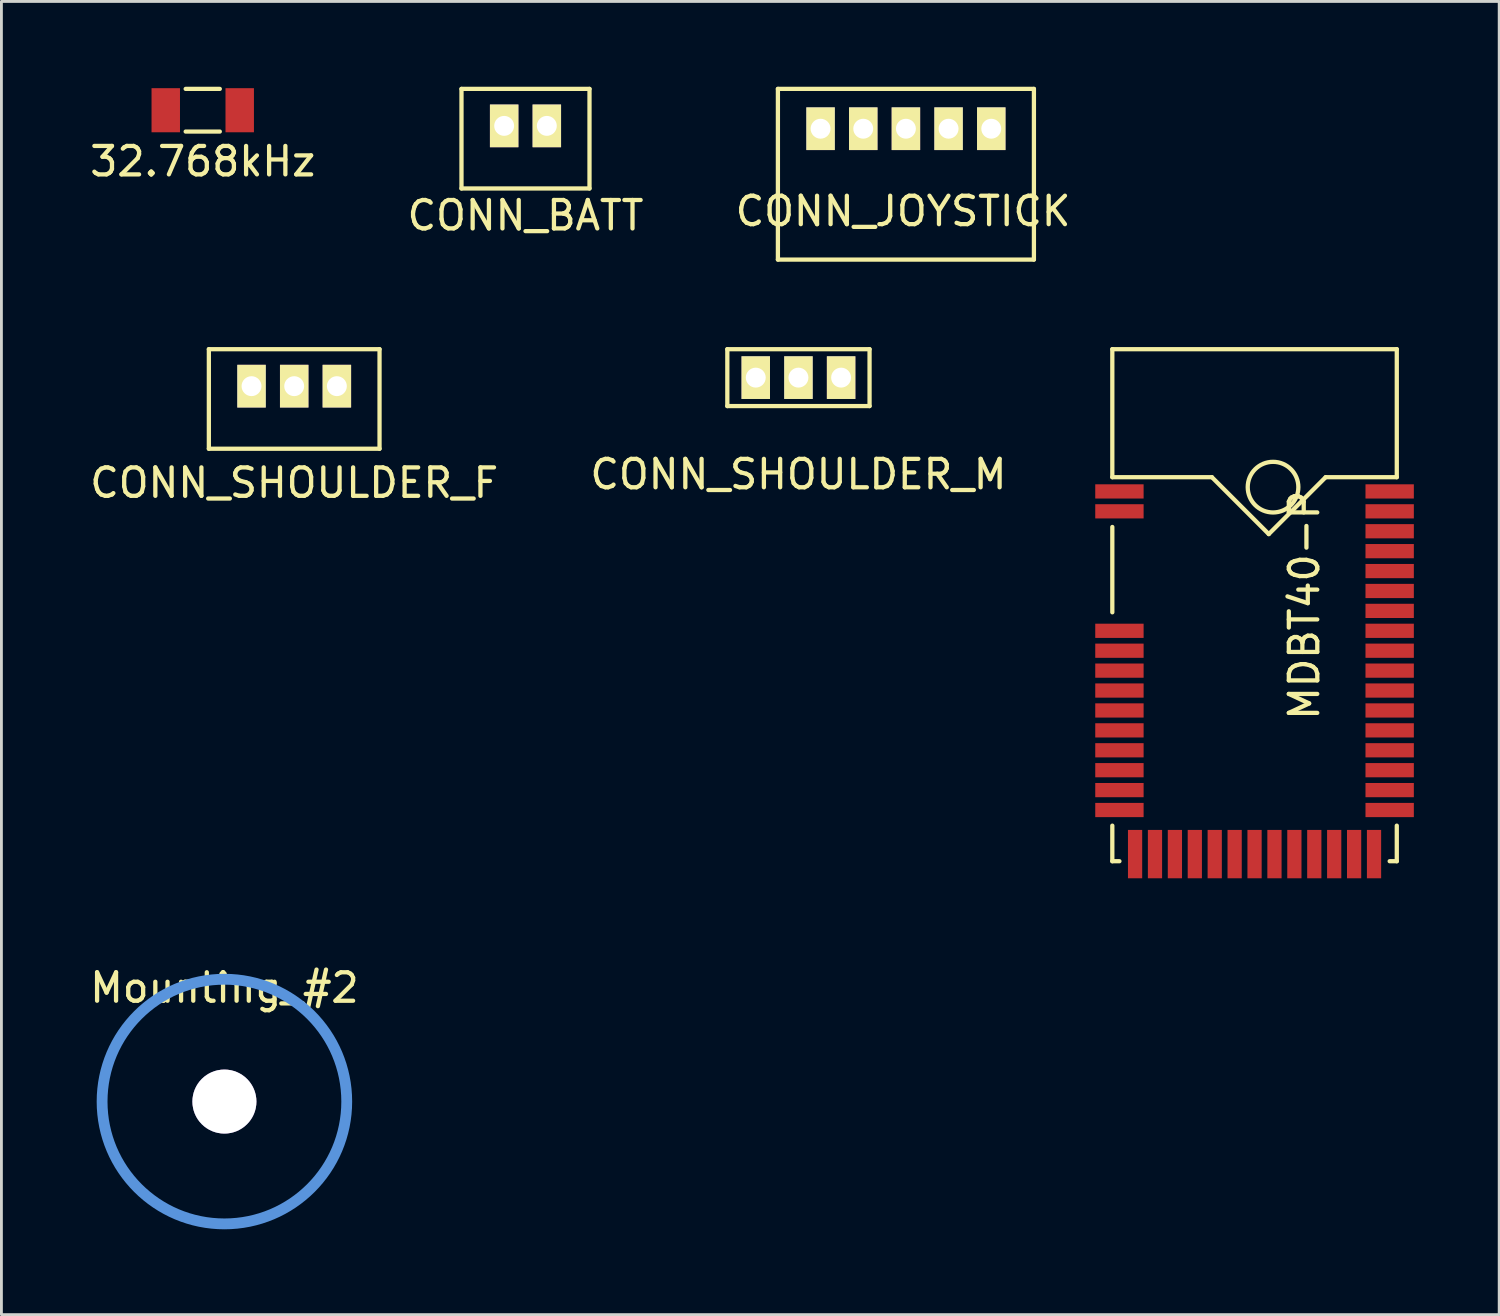
<source format=kicad_pcb>
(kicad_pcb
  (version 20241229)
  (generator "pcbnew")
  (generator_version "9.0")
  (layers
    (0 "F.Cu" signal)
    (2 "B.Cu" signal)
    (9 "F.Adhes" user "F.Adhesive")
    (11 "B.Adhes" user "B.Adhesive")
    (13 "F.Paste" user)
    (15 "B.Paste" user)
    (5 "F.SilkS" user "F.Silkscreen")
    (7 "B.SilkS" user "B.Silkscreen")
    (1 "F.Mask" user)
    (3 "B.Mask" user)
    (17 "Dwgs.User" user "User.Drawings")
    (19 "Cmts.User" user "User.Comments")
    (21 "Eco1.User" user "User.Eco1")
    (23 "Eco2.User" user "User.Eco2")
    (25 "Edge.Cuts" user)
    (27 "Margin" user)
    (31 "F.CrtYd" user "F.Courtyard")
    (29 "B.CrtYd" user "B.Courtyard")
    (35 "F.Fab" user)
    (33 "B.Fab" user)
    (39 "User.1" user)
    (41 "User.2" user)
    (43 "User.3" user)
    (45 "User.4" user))
  (footprint "CONN_BATT"
    (layer "F.Cu")
    (at 15.423 1.375)
    (property "Reference" "CONN_BATT" (at 0 3.15 0) (layer "F.SilkS") (effects (font (size 1 1) (thickness 0.15))))
    (attr through_hole)
    (fp_line (start -2.25 -1.3) (end -2.25 2.2) (stroke (width 0.15) (type solid)) (layer "F.SilkS"))
    (fp_line (start -2.25 2.2) (end 2.25 2.2) (stroke (width 0.15) (type solid)) (layer "F.SilkS"))
    (fp_line (start 2.25 -1.3) (end -2.25 -1.3) (stroke (width 0.15) (type solid)) (layer "F.SilkS"))
    (fp_line (start 2.25 2.2) (end 2.25 -1.3) (stroke (width 0.15) (type solid)) (layer "F.SilkS"))
    (pad "1" thru_hole rect (at -0.75 0) (size 1 1.5) (drill 0.7) (layers "*.Cu" "*.Mask" "F.SilkS"))
    (pad "2" thru_hole rect (at 0.75 0) (size 1 1.5) (drill 0.7) (layers "*.Cu" "*.Mask" "F.SilkS")))
  (footprint "CONN_SHOULDER_F"
    (layer "F.Cu")
    (at 7.292 10.525)
    (property "Reference" "CONN_SHOULDER_F" (at 0 3.4 0) (layer "F.SilkS") (effects (font (size 1 1) (thickness 0.15))))
    (attr through_hole)
    (fp_line (start -3 -1.3) (end -3 2.2) (stroke (width 0.15) (type solid)) (layer "F.SilkS"))
    (fp_line (start -3 2.2) (end 3 2.2) (stroke (width 0.15) (type solid)) (layer "F.SilkS"))
    (fp_line (start 3 -1.3) (end -3 -1.3) (stroke (width 0.15) (type solid)) (layer "F.SilkS"))
    (fp_line (start 3 2.2) (end 3 -1.3) (stroke (width 0.15) (type solid)) (layer "F.SilkS"))
    (pad "1" thru_hole rect (at -1.5 0) (size 1 1.5) (drill 0.7) (layers "*.Cu" "*.Mask" "F.SilkS"))
    (pad "2" thru_hole rect (at 0 0) (size 1 1.5) (drill 0.7) (layers "*.Cu" "*.Mask" "F.SilkS"))
    (pad "3" thru_hole rect (at 1.5 0) (size 1 1.5) (drill 0.7) (layers "*.Cu" "*.Mask" "F.SilkS")))
  (footprint "CONN_SHOULDER_M"
    (layer "F.Cu")
    (at 25.018 10.225)
    (property "Reference" "CONN_SHOULDER_M" (at 0 3.4 0) (layer "F.SilkS") (effects (font (size 1 1) (thickness 0.15))))
    (attr through_hole)
    (fp_line (start -2.5 -1) (end -2.5 1) (stroke (width 0.15) (type solid)) (layer "F.SilkS"))
    (fp_line (start -2.5 1) (end 2.5 1) (stroke (width 0.15) (type solid)) (layer "F.SilkS"))
    (fp_line (start 2.5 -1) (end -2.5 -1) (stroke (width 0.15) (type solid)) (layer "F.SilkS"))
    (fp_line (start 2.5 1) (end 2.5 -1) (stroke (width 0.15) (type solid)) (layer "F.SilkS"))
    (pad "1" thru_hole rect (at -1.5 0) (size 1 1.5) (drill 0.7) (layers "*.Cu" "*.Mask" "F.SilkS"))
    (pad "2" thru_hole rect (at 0 0) (size 1 1.5) (drill 0.7) (layers "*.Cu" "*.Mask" "F.SilkS"))
    (pad "3" thru_hole rect (at 1.5 0) (size 1 1.5) (drill 0.7) (layers "*.Cu" "*.Mask" "F.SilkS")))
  (footprint "MDBT40-P"
    (layer "F.Cu")
    (at 41.052 18.225)
    (property "Reference" "MDBT40-P" (at 1.75 0 90) (layer "F.SilkS") (effects (font (size 1 1) (thickness 0.15))))
    (attr through_hole)
    (fp_line (start -5 -9) (end -5 -4.5) (stroke (width 0.15) (type solid)) (layer "F.SilkS"))
    (fp_line (start -5 -2.75) (end -5 0.25) (stroke (width 0.15) (type solid)) (layer "F.SilkS"))
    (fp_line (start -5 7.75) (end -5 9) (stroke (width 0.15) (type solid)) (layer "F.SilkS"))
    (fp_line (start -5 9) (end -4.75 9) (stroke (width 0.15) (type solid)) (layer "F.SilkS"))
    (fp_line (start -1.5 -4.5) (end -5 -4.5) (stroke (width 0.15) (type solid)) (layer "F.SilkS"))
    (fp_line (start 0.5 -2.5) (end -1.5 -4.5) (stroke (width 0.15) (type solid)) (layer "F.SilkS"))
    (fp_line (start 2.5 -4.5) (end 0.5 -2.5) (stroke (width 0.15) (type solid)) (layer "F.SilkS"))
    (fp_line (start 2.5 -4.5) (end 5 -4.5) (stroke (width 0.15) (type solid)) (layer "F.SilkS"))
    (fp_line (start 5 -9) (end -5 -9) (stroke (width 0.15) (type solid)) (layer "F.SilkS"))
    (fp_line (start 5 -9) (end 5 -4.5) (stroke (width 0.15) (type solid)) (layer "F.SilkS"))
    (fp_line (start 5 9) (end 4.75 9) (stroke (width 0.15) (type solid)) (layer "F.SilkS"))
    (fp_line (start 5 9) (end 5 7.75) (stroke (width 0.15) (type solid)) (layer "F.SilkS"))
    (fp_circle (center 0.65 -4.15) (end 1.35 -3.6) (stroke (width 0.15) (type solid)) (fill no) (layer "F.SilkS"))
    (pad "1" smd rect (at -4.75 -4) (size 1.7 0.5) (layers "F.Cu" "F.Mask" "F.Paste"))
    (pad "2" smd rect (at -4.75 -3.3) (size 1.7 0.5) (layers "F.Cu" "F.Mask" "F.Paste"))
    (pad "3" smd rect (at -4.75 0.9) (size 1.7 0.5) (layers "F.Cu" "F.Mask" "F.Paste"))
    (pad "4" smd rect (at -4.75 1.6) (size 1.7 0.5) (layers "F.Cu" "F.Mask" "F.Paste"))
    (pad "5" smd rect (at -4.75 2.3) (size 1.7 0.5) (layers "F.Cu" "F.Mask" "F.Paste"))
    (pad "6" smd rect (at -4.75 3) (size 1.7 0.5) (layers "F.Cu" "F.Mask" "F.Paste"))
    (pad "7" smd rect (at -4.75 3.7) (size 1.7 0.5) (layers "F.Cu" "F.Mask" "F.Paste"))
    (pad "8" smd rect (at -4.75 4.4) (size 1.7 0.5) (layers "F.Cu" "F.Mask" "F.Paste"))
    (pad "9" smd rect (at -4.75 5.1) (size 1.7 0.5) (layers "F.Cu" "F.Mask" "F.Paste"))
    (pad "10" smd rect (at -4.75 5.8) (size 1.7 0.5) (layers "F.Cu" "F.Mask" "F.Paste"))
    (pad "11" smd rect (at -4.75 6.5) (size 1.7 0.5) (layers "F.Cu" "F.Mask" "F.Paste"))
    (pad "12" smd rect (at -4.75 7.2) (size 1.7 0.5) (layers "F.Cu" "F.Mask" "F.Paste"))
    (pad "13" smd rect (at -4.2 8.75) (size 0.5 1.7) (layers "F.Cu" "F.Mask" "F.Paste"))
    (pad "14" smd rect (at -3.5 8.75) (size 0.5 1.7) (layers "F.Cu" "F.Mask" "F.Paste"))
    (pad "15" smd rect (at -2.8 8.75) (size 0.5 1.7) (layers "F.Cu" "F.Mask" "F.Paste"))
    (pad "16" smd rect (at -2.1 8.75) (size 0.5 1.7) (layers "F.Cu" "F.Mask" "F.Paste"))
    (pad "17" smd rect (at -1.4 8.75) (size 0.5 1.7) (layers "F.Cu" "F.Mask" "F.Paste"))
    (pad "18" smd rect (at -0.7 8.75) (size 0.5 1.7) (layers "F.Cu" "F.Mask" "F.Paste"))
    (pad "19" smd rect (at 0 8.75) (size 0.5 1.7) (layers "F.Cu" "F.Mask" "F.Paste"))
    (pad "20" smd rect (at 0.7 8.75) (size 0.5 1.7) (layers "F.Cu" "F.Mask" "F.Paste"))
    (pad "21" smd rect (at 1.4 8.75) (size 0.5 1.7) (layers "F.Cu" "F.Mask" "F.Paste"))
    (pad "22" smd rect (at 2.1 8.75) (size 0.5 1.7) (layers "F.Cu" "F.Mask" "F.Paste"))
    (pad "23" smd rect (at 2.8 8.75) (size 0.5 1.7) (layers "F.Cu" "F.Mask" "F.Paste"))
    (pad "24" smd rect (at 3.5 8.75) (size 0.5 1.7) (layers "F.Cu" "F.Mask" "F.Paste"))
    (pad "25" smd rect (at 4.2 8.75) (size 0.5 1.7) (layers "F.Cu" "F.Mask" "F.Paste"))
    (pad "26" smd rect (at 4.75 7.2) (size 1.7 0.5) (layers "F.Cu" "F.Mask" "F.Paste"))
    (pad "27" smd rect (at 4.75 6.5) (size 1.7 0.5) (layers "F.Cu" "F.Mask" "F.Paste"))
    (pad "28" smd rect (at 4.75 5.8) (size 1.7 0.5) (layers "F.Cu" "F.Mask" "F.Paste"))
    (pad "29" smd rect (at 4.75 5.1) (size 1.7 0.5) (layers "F.Cu" "F.Mask" "F.Paste"))
    (pad "30" smd rect (at 4.75 4.4) (size 1.7 0.5) (layers "F.Cu" "F.Mask" "F.Paste"))
    (pad "31" smd rect (at 4.75 3.7) (size 1.7 0.5) (layers "F.Cu" "F.Mask" "F.Paste"))
    (pad "32" smd rect (at 4.75 3) (size 1.7 0.5) (layers "F.Cu" "F.Mask" "F.Paste"))
    (pad "33" smd rect (at 4.75 2.3) (size 1.7 0.5) (layers "F.Cu" "F.Mask" "F.Paste"))
    (pad "34" smd rect (at 4.75 1.6) (size 1.7 0.5) (layers "F.Cu" "F.Mask" "F.Paste"))
    (pad "35" smd rect (at 4.75 0.9) (size 1.7 0.5) (layers "F.Cu" "F.Mask" "F.Paste"))
    (pad "36" smd rect (at 4.75 0.2) (size 1.7 0.5) (layers "F.Cu" "F.Mask" "F.Paste"))
    (pad "37" smd rect (at 4.75 -0.5) (size 1.7 0.5) (layers "F.Cu" "F.Mask" "F.Paste"))
    (pad "38" smd rect (at 4.75 -1.2) (size 1.7 0.5) (layers "F.Cu" "F.Mask" "F.Paste"))
    (pad "39" smd rect (at 4.75 -1.9) (size 1.7 0.5) (layers "F.Cu" "F.Mask" "F.Paste"))
    (pad "40" smd rect (at 4.75 -2.6) (size 1.7 0.5) (layers "F.Cu" "F.Mask" "F.Paste"))
    (pad "41" smd rect (at 4.75 -3.3) (size 1.7 0.5) (layers "F.Cu" "F.Mask" "F.Paste"))
    (pad "42" smd rect (at 4.75 -4) (size 1.7 0.5) (layers "F.Cu" "F.Mask" "F.Paste")))
  (footprint "32.768kHz"
    (layer "F.Cu")
    (at 4.077 0.825)
    (property "Reference" "32.768kHz" (at 0 1.8 0) (layer "F.SilkS") (effects (font (size 1 1) (thickness 0.15))))
    (attr through_hole)
    (fp_line (start -0.6 -0.75) (end 0.6 -0.75) (stroke (width 0.15) (type solid)) (layer "F.SilkS"))
    (fp_line (start -0.6 0.75) (end 0.6 0.75) (stroke (width 0.15) (type solid)) (layer "F.SilkS"))
    (pad "1" smd rect (at -1.3 0) (size 1 1.55) (layers "F.Cu" "F.Mask" "F.Paste"))
    (pad "2" smd rect (at 1.3 0) (size 1 1.55) (layers "F.Cu" "F.Mask" "F.Paste")))
  (footprint "Mounting_#2"
    (layer "F.Cu")
    (at 4.839 35.674)
    (property "Reference" "Mounting_#2" (at 0 -4 0) (layer "F.SilkS") (effects (font (size 1 1) (thickness 0.15))))
    (attr through_hole)
    (fp_circle (center 0 0) (end 4.3 0) (stroke (width 0.381) (type solid)) (fill no) (layer "Cmts.User"))
    (pad "1" thru_hole circle (at 0 0) (size 2.25 2.25) (drill 2.25) (layers "*.Cu")))
  (footprint "CONN_JOYSTICK"
    (layer "F.Cu")
    (at 28.796 1.475)
    (property "Reference" "CONN_JOYSTICK" (at -0.1 2.9 0) (layer "F.SilkS") (effects (font (size 1 1) (thickness 0.15))))
    (attr through_hole)
    (fp_line (start -4.5 4.6) (end -4.5 -1.4) (stroke (width 0.15) (type solid)) (layer "F.SilkS"))
    (fp_line (start -4.5 4.6) (end 4.5 4.6) (stroke (width 0.15) (type solid)) (layer "F.SilkS"))
    (fp_line (start 4.5 -1.4) (end -4.5 -1.4) (stroke (width 0.15) (type solid)) (layer "F.SilkS"))
    (fp_line (start 4.5 4.6) (end 4.5 -1.4) (stroke (width 0.15) (type solid)) (layer "F.SilkS"))
    (pad "1" thru_hole rect (at -3 0) (size 1 1.5) (drill 0.7) (layers "*.Cu" "*.Mask" "F.SilkS"))
    (pad "2" thru_hole rect (at -1.5 0) (size 1 1.5) (drill 0.7) (layers "*.Cu" "*.Mask" "F.SilkS"))
    (pad "3" thru_hole rect (at 0 0) (size 1 1.5) (drill 0.7) (layers "*.Cu" "*.Mask" "F.SilkS"))
    (pad "4" thru_hole rect (at 1.5 0) (size 1 1.5) (drill 0.7) (layers "*.Cu" "*.Mask" "F.SilkS"))
    (pad "5" thru_hole rect (at 3 0) (size 1 1.5) (drill 0.7) (layers "*.Cu" "*.Mask" "F.SilkS")))
  (gr_rect
    (start -3 -3)
    (end 49.652 43.164)
    (stroke (width 0.1) (type default))
    (fill no)
    (layer "Edge.Cuts")))
</source>
